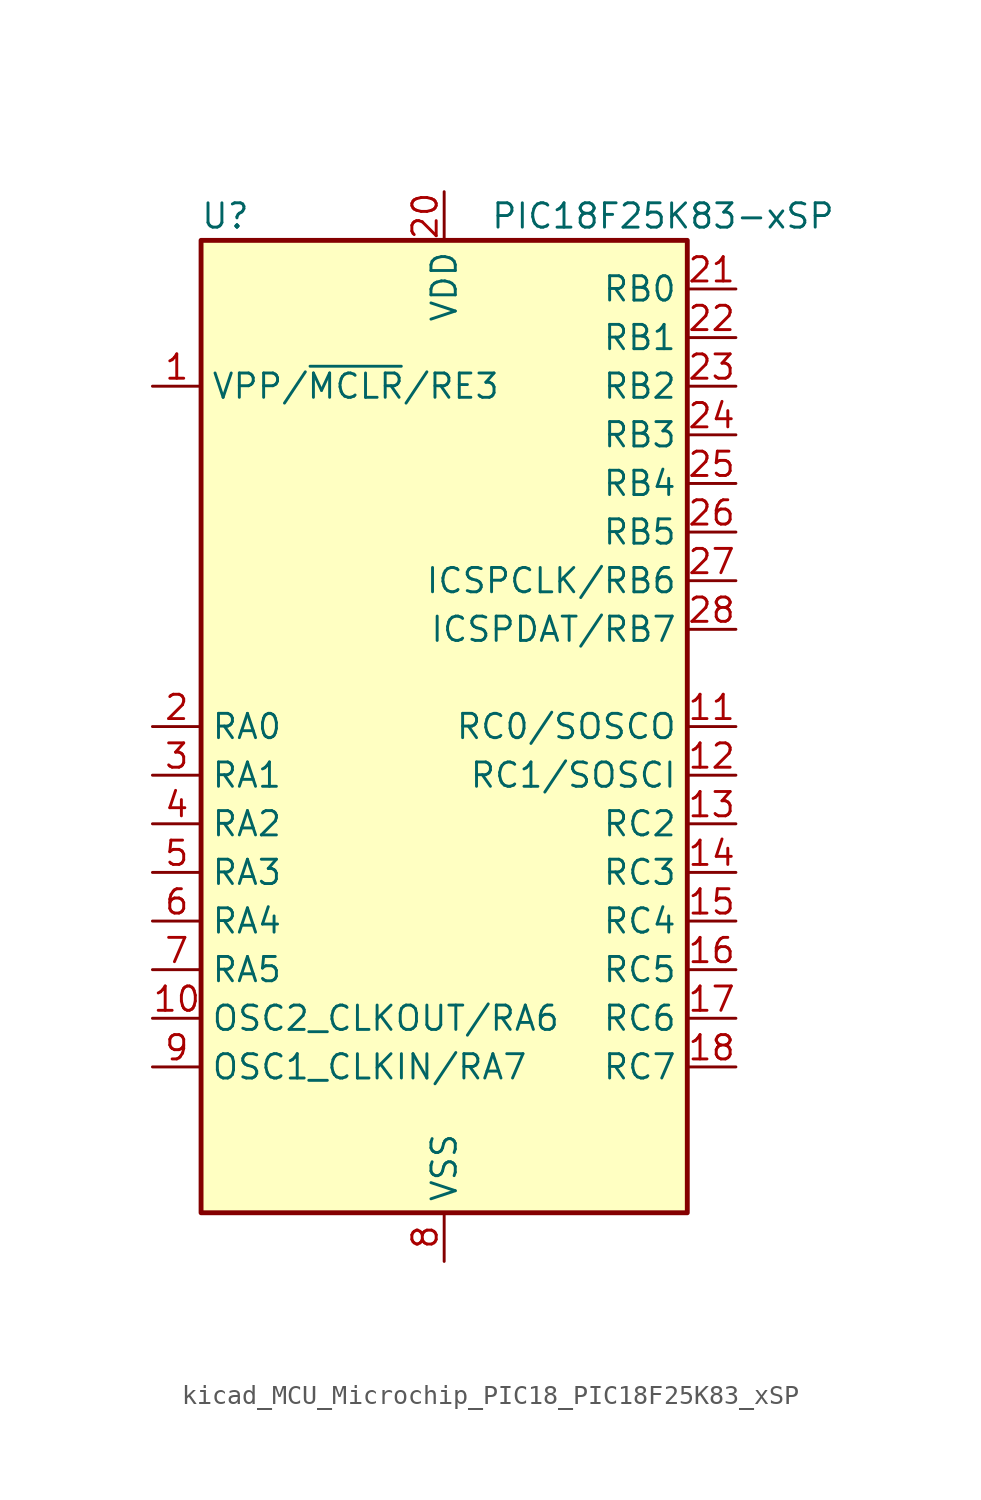
<source format=kicad_sym>
(kicad_symbol_lib
  (version 20220914)
  (generator kicad_symbol_editor)
  (symbol "kicad_MCU_Microchip_PIC18_PIC18F25K83_xSP"
    (property "Reference" "U"
      (at -11.43 26.67 0)
      (effects (font (size 1.27 1.27))))
    (property "Value" "PIC18F25K83-xSP"
      (at 11.43 26.67 0)
      (effects (font (size 1.27 1.27))))
    (symbol "kicad_MCU_Microchip_PIC18_PIC18F25K83_xSP_0_1"
      (rectangle (start -12.7 -25.4) (end 12.7 25.4) (stroke (width 0.254) (type default)) (fill (type background))))
    (symbol "kicad_MCU_Microchip_PIC18_PIC18F25K83_xSP_1_1"
      (pin input line (at -15.24 17.78 0) (length 2.54) (name "VPP/~{MCLR}/RE3" (effects (font (size 1.27 1.27)))) (number "1" (effects (font (size 1.27 1.27)))))
      (pin bidirectional line (at -15.24 -15.24 0) (length 2.54) (name "OSC2_CLKOUT/RA6" (effects (font (size 1.27 1.27)))) (number "10" (effects (font (size 1.27 1.27)))))
      (pin bidirectional line (at 15.24 0 180) (length 2.54) (name "RC0/SOSCO" (effects (font (size 1.27 1.27)))) (number "11" (effects (font (size 1.27 1.27)))))
      (pin bidirectional line (at 15.24 -2.54 180) (length 2.54) (name "RC1/SOSCI" (effects (font (size 1.27 1.27)))) (number "12" (effects (font (size 1.27 1.27)))))
      (pin bidirectional line (at 15.24 -5.08 180) (length 2.54) (name "RC2" (effects (font (size 1.27 1.27)))) (number "13" (effects (font (size 1.27 1.27)))))
      (pin bidirectional line (at 15.24 -7.62 180) (length 2.54) (name "RC3" (effects (font (size 1.27 1.27)))) (number "14" (effects (font (size 1.27 1.27)))))
      (pin bidirectional line (at 15.24 -10.16 180) (length 2.54) (name "RC4" (effects (font (size 1.27 1.27)))) (number "15" (effects (font (size 1.27 1.27)))))
      (pin bidirectional line (at 15.24 -12.7 180) (length 2.54) (name "RC5" (effects (font (size 1.27 1.27)))) (number "16" (effects (font (size 1.27 1.27)))))
      (pin bidirectional line (at 15.24 -15.24 180) (length 2.54) (name "RC6" (effects (font (size 1.27 1.27)))) (number "17" (effects (font (size 1.27 1.27)))))
      (pin bidirectional line (at 15.24 -17.78 180) (length 2.54) (name "RC7" (effects (font (size 1.27 1.27)))) (number "18" (effects (font (size 1.27 1.27)))))
      (pin passive line (at 0 -27.94 90) (length 2.54) hide (name "VSS" (effects (font (size 1.27 1.27)))) (number "19" (effects (font (size 1.27 1.27)))))
      (pin bidirectional line (at -15.24 0 0) (length 2.54) (name "RA0" (effects (font (size 1.27 1.27)))) (number "2" (effects (font (size 1.27 1.27)))))
      (pin power_in line (at 0 27.94 270) (length 2.54) (name "VDD" (effects (font (size 1.27 1.27)))) (number "20" (effects (font (size 1.27 1.27)))))
      (pin bidirectional line (at 15.24 22.86 180) (length 2.54) (name "RB0" (effects (font (size 1.27 1.27)))) (number "21" (effects (font (size 1.27 1.27)))))
      (pin bidirectional line (at 15.24 20.32 180) (length 2.54) (name "RB1" (effects (font (size 1.27 1.27)))) (number "22" (effects (font (size 1.27 1.27)))))
      (pin bidirectional line (at 15.24 17.78 180) (length 2.54) (name "RB2" (effects (font (size 1.27 1.27)))) (number "23" (effects (font (size 1.27 1.27)))))
      (pin bidirectional line (at 15.24 15.24 180) (length 2.54) (name "RB3" (effects (font (size 1.27 1.27)))) (number "24" (effects (font (size 1.27 1.27)))))
      (pin bidirectional line (at 15.24 12.7 180) (length 2.54) (name "RB4" (effects (font (size 1.27 1.27)))) (number "25" (effects (font (size 1.27 1.27)))))
      (pin bidirectional line (at 15.24 10.16 180) (length 2.54) (name "RB5" (effects (font (size 1.27 1.27)))) (number "26" (effects (font (size 1.27 1.27)))))
      (pin bidirectional line (at 15.24 7.62 180) (length 2.54) (name "ICSPCLK/RB6" (effects (font (size 1.27 1.27)))) (number "27" (effects (font (size 1.27 1.27)))))
      (pin bidirectional line (at 15.24 5.08 180) (length 2.54) (name "ICSPDAT/RB7" (effects (font (size 1.27 1.27)))) (number "28" (effects (font (size 1.27 1.27)))))
      (pin bidirectional line (at -15.24 -2.54 0) (length 2.54) (name "RA1" (effects (font (size 1.27 1.27)))) (number "3" (effects (font (size 1.27 1.27)))))
      (pin bidirectional line (at -15.24 -5.08 0) (length 2.54) (name "RA2" (effects (font (size 1.27 1.27)))) (number "4" (effects (font (size 1.27 1.27)))))
      (pin bidirectional line (at -15.24 -7.62 0) (length 2.54) (name "RA3" (effects (font (size 1.27 1.27)))) (number "5" (effects (font (size 1.27 1.27)))))
      (pin bidirectional line (at -15.24 -10.16 0) (length 2.54) (name "RA4" (effects (font (size 1.27 1.27)))) (number "6" (effects (font (size 1.27 1.27)))))
      (pin bidirectional line (at -15.24 -12.7 0) (length 2.54) (name "RA5" (effects (font (size 1.27 1.27)))) (number "7" (effects (font (size 1.27 1.27)))))
      (pin power_in line (at 0 -27.94 90) (length 2.54) (name "VSS" (effects (font (size 1.27 1.27)))) (number "8" (effects (font (size 1.27 1.27)))))
      (pin bidirectional line (at -15.24 -17.78 0) (length 2.54) (name "OSC1_CLKIN/RA7" (effects (font (size 1.27 1.27)))) (number "9" (effects (font (size 1.27 1.27))))))))
</source>
